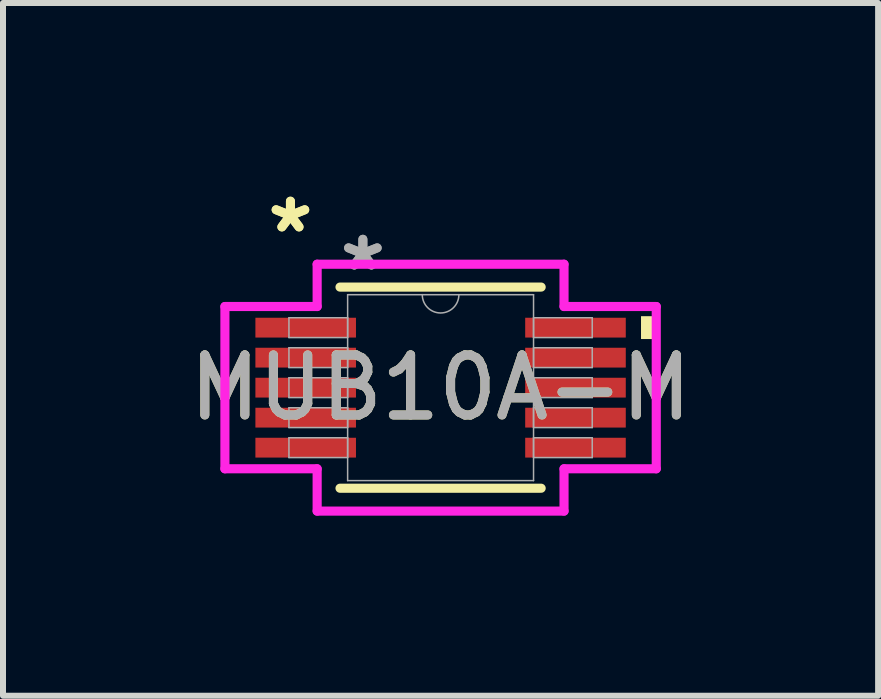
<source format=kicad_pcb>
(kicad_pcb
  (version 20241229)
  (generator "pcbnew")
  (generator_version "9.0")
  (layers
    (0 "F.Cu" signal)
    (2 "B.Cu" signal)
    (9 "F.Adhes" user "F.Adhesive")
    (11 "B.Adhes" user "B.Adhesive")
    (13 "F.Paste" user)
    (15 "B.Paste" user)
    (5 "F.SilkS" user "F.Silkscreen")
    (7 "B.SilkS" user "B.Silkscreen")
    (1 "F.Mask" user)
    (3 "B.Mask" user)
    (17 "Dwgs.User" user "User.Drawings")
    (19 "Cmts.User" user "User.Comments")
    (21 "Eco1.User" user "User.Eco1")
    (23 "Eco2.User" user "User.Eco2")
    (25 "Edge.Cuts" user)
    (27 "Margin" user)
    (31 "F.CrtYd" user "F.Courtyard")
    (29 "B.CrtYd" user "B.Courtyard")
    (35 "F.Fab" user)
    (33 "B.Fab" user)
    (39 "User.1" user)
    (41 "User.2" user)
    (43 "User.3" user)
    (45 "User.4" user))
  (footprint "MUB10A-M"
    (layer "F.Cu")
    (at 4.292 3.41)
    (property "Reference" "MUB10A-M" (at 0 0 0) (unlocked yes) (layer "F.SilkS") (effects (font (size 1 1) (thickness 0.15))))
    (attr smd)
    (fp_line (start -1.676 1.676) (end 1.676 1.676) (stroke (width 0.152) (type solid)) (layer "F.SilkS"))
    (fp_line (start 1.676 -1.676) (end -1.676 -1.676) (stroke (width 0.152) (type solid)) (layer "F.SilkS"))
    (fp_poly (pts (xy 3.594 -1.191) (xy 3.594 -0.81) (xy 3.34 -0.81) (xy 3.34 -1.191)) (stroke (width 0) (type solid)) (fill yes) (layer "F.SilkS"))
    (fp_line (start -3.594 -1.352) (end -2.057 -1.352) (stroke (width 0.152) (type solid)) (layer "F.CrtYd"))
    (fp_line (start -3.594 1.352) (end -3.594 -1.352) (stroke (width 0.152) (type solid)) (layer "F.CrtYd"))
    (fp_line (start -3.594 1.352) (end -2.057 1.352) (stroke (width 0.152) (type solid)) (layer "F.CrtYd"))
    (fp_line (start -2.057 -2.057) (end 2.057 -2.057) (stroke (width 0.152) (type solid)) (layer "F.CrtYd"))
    (fp_line (start -2.057 -1.352) (end -2.057 -2.057) (stroke (width 0.152) (type solid)) (layer "F.CrtYd"))
    (fp_line (start -2.057 2.057) (end -2.057 1.352) (stroke (width 0.152) (type solid)) (layer "F.CrtYd"))
    (fp_line (start 2.057 -2.057) (end 2.057 -1.352) (stroke (width 0.152) (type solid)) (layer "F.CrtYd"))
    (fp_line (start 2.057 1.352) (end 2.057 2.057) (stroke (width 0.152) (type solid)) (layer "F.CrtYd"))
    (fp_line (start 2.057 2.057) (end -2.057 2.057) (stroke (width 0.152) (type solid)) (layer "F.CrtYd"))
    (fp_line (start 3.594 -1.352) (end 2.057 -1.352) (stroke (width 0.152) (type solid)) (layer "F.CrtYd"))
    (fp_line (start 3.594 -1.352) (end 3.594 1.352) (stroke (width 0.152) (type solid)) (layer "F.CrtYd"))
    (fp_line (start 3.594 1.352) (end 2.057 1.352) (stroke (width 0.152) (type solid)) (layer "F.CrtYd"))
    (fp_line (start -2.527 -1.165) (end -2.527 -0.835) (stroke (width 0.025) (type solid)) (layer "F.Fab"))
    (fp_line (start -2.527 -0.835) (end -1.549 -0.835) (stroke (width 0.025) (type solid)) (layer "F.Fab"))
    (fp_line (start -2.527 -0.665) (end -2.527 -0.335) (stroke (width 0.025) (type solid)) (layer "F.Fab"))
    (fp_line (start -2.527 -0.335) (end -1.549 -0.335) (stroke (width 0.025) (type solid)) (layer "F.Fab"))
    (fp_line (start -2.527 -0.165) (end -2.527 0.165) (stroke (width 0.025) (type solid)) (layer "F.Fab"))
    (fp_line (start -2.527 0.165) (end -1.549 0.165) (stroke (width 0.025) (type solid)) (layer "F.Fab"))
    (fp_line (start -2.527 0.335) (end -2.527 0.665) (stroke (width 0.025) (type solid)) (layer "F.Fab"))
    (fp_line (start -2.527 0.665) (end -1.549 0.665) (stroke (width 0.025) (type solid)) (layer "F.Fab"))
    (fp_line (start -2.527 0.835) (end -2.527 1.165) (stroke (width 0.025) (type solid)) (layer "F.Fab"))
    (fp_line (start -2.527 1.165) (end -1.549 1.165) (stroke (width 0.025) (type solid)) (layer "F.Fab"))
    (fp_line (start -1.549 -1.549) (end -1.549 1.549) (stroke (width 0.025) (type solid)) (layer "F.Fab"))
    (fp_line (start -1.549 -1.165) (end -2.527 -1.165) (stroke (width 0.025) (type solid)) (layer "F.Fab"))
    (fp_line (start -1.549 -0.835) (end -1.549 -1.165) (stroke (width 0.025) (type solid)) (layer "F.Fab"))
    (fp_line (start -1.549 -0.665) (end -2.527 -0.665) (stroke (width 0.025) (type solid)) (layer "F.Fab"))
    (fp_line (start -1.549 -0.335) (end -1.549 -0.665) (stroke (width 0.025) (type solid)) (layer "F.Fab"))
    (fp_line (start -1.549 -0.165) (end -2.527 -0.165) (stroke (width 0.025) (type solid)) (layer "F.Fab"))
    (fp_line (start -1.549 0.165) (end -1.549 -0.165) (stroke (width 0.025) (type solid)) (layer "F.Fab"))
    (fp_line (start -1.549 0.335) (end -2.527 0.335) (stroke (width 0.025) (type solid)) (layer "F.Fab"))
    (fp_line (start -1.549 0.665) (end -1.549 0.335) (stroke (width 0.025) (type solid)) (layer "F.Fab"))
    (fp_line (start -1.549 0.835) (end -2.527 0.835) (stroke (width 0.025) (type solid)) (layer "F.Fab"))
    (fp_line (start -1.549 1.165) (end -1.549 0.835) (stroke (width 0.025) (type solid)) (layer "F.Fab"))
    (fp_line (start -1.549 1.549) (end 1.549 1.549) (stroke (width 0.025) (type solid)) (layer "F.Fab"))
    (fp_line (start 1.549 -1.549) (end -1.549 -1.549) (stroke (width 0.025) (type solid)) (layer "F.Fab"))
    (fp_line (start 1.549 -1.165) (end 1.549 -0.835) (stroke (width 0.025) (type solid)) (layer "F.Fab"))
    (fp_line (start 1.549 -0.835) (end 2.527 -0.835) (stroke (width 0.025) (type solid)) (layer "F.Fab"))
    (fp_line (start 1.549 -0.665) (end 1.549 -0.335) (stroke (width 0.025) (type solid)) (layer "F.Fab"))
    (fp_line (start 1.549 -0.335) (end 2.527 -0.335) (stroke (width 0.025) (type solid)) (layer "F.Fab"))
    (fp_line (start 1.549 -0.165) (end 1.549 0.165) (stroke (width 0.025) (type solid)) (layer "F.Fab"))
    (fp_line (start 1.549 0.165) (end 2.527 0.165) (stroke (width 0.025) (type solid)) (layer "F.Fab"))
    (fp_line (start 1.549 0.335) (end 1.549 0.665) (stroke (width 0.025) (type solid)) (layer "F.Fab"))
    (fp_line (start 1.549 0.665) (end 2.527 0.665) (stroke (width 0.025) (type solid)) (layer "F.Fab"))
    (fp_line (start 1.549 0.835) (end 1.549 1.165) (stroke (width 0.025) (type solid)) (layer "F.Fab"))
    (fp_line (start 1.549 1.165) (end 2.527 1.165) (stroke (width 0.025) (type solid)) (layer "F.Fab"))
    (fp_line (start 1.549 1.549) (end 1.549 -1.549) (stroke (width 0.025) (type solid)) (layer "F.Fab"))
    (fp_line (start 2.527 -1.165) (end 1.549 -1.165) (stroke (width 0.025) (type solid)) (layer "F.Fab"))
    (fp_line (start 2.527 -0.835) (end 2.527 -1.165) (stroke (width 0.025) (type solid)) (layer "F.Fab"))
    (fp_line (start 2.527 -0.665) (end 1.549 -0.665) (stroke (width 0.025) (type solid)) (layer "F.Fab"))
    (fp_line (start 2.527 -0.335) (end 2.527 -0.665) (stroke (width 0.025) (type solid)) (layer "F.Fab"))
    (fp_line (start 2.527 -0.165) (end 1.549 -0.165) (stroke (width 0.025) (type solid)) (layer "F.Fab"))
    (fp_line (start 2.527 0.165) (end 2.527 -0.165) (stroke (width 0.025) (type solid)) (layer "F.Fab"))
    (fp_line (start 2.527 0.335) (end 1.549 0.335) (stroke (width 0.025) (type solid)) (layer "F.Fab"))
    (fp_line (start 2.527 0.665) (end 2.527 0.335) (stroke (width 0.025) (type solid)) (layer "F.Fab"))
    (fp_line (start 2.527 0.835) (end 1.549 0.835) (stroke (width 0.025) (type solid)) (layer "F.Fab"))
    (fp_line (start 2.527 1.165) (end 2.527 0.835) (stroke (width 0.025) (type solid)) (layer "F.Fab"))
    (fp_arc (start 0.3048 -1.5494) (mid 0 -1.2446) (end -0.3048 -1.5494) (stroke (width 0.0254) (type solid)) (layer "F.Fab"))
    (fp_text user "*" (at -2.502 -2.562 0) (layer "F.SilkS") (effects (font (size 1 1) (thickness 0.15))))
    (fp_text user "*" (at -2.502 -2.562 0) (unlocked yes) (layer "F.SilkS") (effects (font (size 1 1) (thickness 0.15))))
    (fp_text user "*" (at -1.295 -1.927 0) (unlocked yes) (layer "F.Fab") (effects (font (size 1 1) (thickness 0.15))))
    (fp_text user "*" (at -1.295 -1.927 0) (layer "F.Fab") (effects (font (size 1 1) (thickness 0.15))))
    (fp_text user "${REFERENCE}" (at 0 0 0) (unlocked yes) (layer "F.Fab") (effects (font (size 1 1) (thickness 0.15))))
    (pad "1" smd rect (at -2.248 -1) (size 1.676 0.33) (layers "F.Cu" "F.Mask" "F.Paste"))
    (pad "2" smd rect (at -2.248 -0.5) (size 1.676 0.33) (layers "F.Cu" "F.Mask" "F.Paste"))
    (pad "3" smd rect (at -2.248 0) (size 1.676 0.33) (layers "F.Cu" "F.Mask" "F.Paste"))
    (pad "4" smd rect (at -2.248 0.5) (size 1.676 0.33) (layers "F.Cu" "F.Mask" "F.Paste"))
    (pad "5" smd rect (at -2.248 1) (size 1.676 0.33) (layers "F.Cu" "F.Mask" "F.Paste"))
    (pad "6" smd rect (at 2.248 1) (size 1.676 0.33) (layers "F.Cu" "F.Mask" "F.Paste"))
    (pad "7" smd rect (at 2.248 0.5) (size 1.676 0.33) (layers "F.Cu" "F.Mask" "F.Paste"))
    (pad "8" smd rect (at 2.248 0) (size 1.676 0.33) (layers "F.Cu" "F.Mask" "F.Paste"))
    (pad "9" smd rect (at 2.248 -0.5) (size 1.676 0.33) (layers "F.Cu" "F.Mask" "F.Paste"))
    (pad "10" smd rect (at 2.248 -1) (size 1.676 0.33) (layers "F.Cu" "F.Mask" "F.Paste")))
  (gr_rect
    (start -3 -3)
    (end 11.583 8.544)
    (stroke (width 0.1) (type default))
    (fill no)
    (layer "Edge.Cuts")))
</source>
